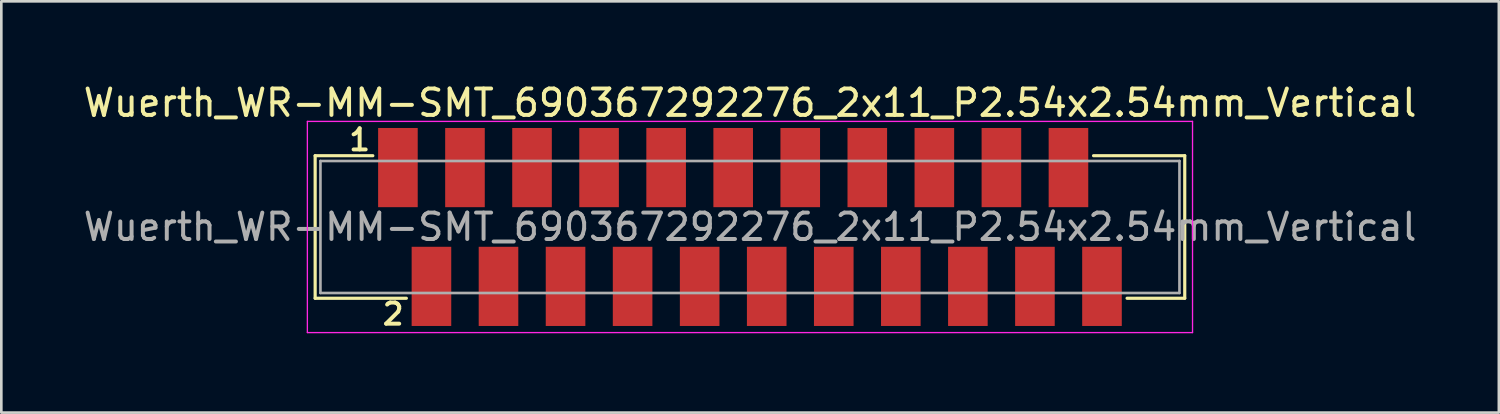
<source format=kicad_pcb>
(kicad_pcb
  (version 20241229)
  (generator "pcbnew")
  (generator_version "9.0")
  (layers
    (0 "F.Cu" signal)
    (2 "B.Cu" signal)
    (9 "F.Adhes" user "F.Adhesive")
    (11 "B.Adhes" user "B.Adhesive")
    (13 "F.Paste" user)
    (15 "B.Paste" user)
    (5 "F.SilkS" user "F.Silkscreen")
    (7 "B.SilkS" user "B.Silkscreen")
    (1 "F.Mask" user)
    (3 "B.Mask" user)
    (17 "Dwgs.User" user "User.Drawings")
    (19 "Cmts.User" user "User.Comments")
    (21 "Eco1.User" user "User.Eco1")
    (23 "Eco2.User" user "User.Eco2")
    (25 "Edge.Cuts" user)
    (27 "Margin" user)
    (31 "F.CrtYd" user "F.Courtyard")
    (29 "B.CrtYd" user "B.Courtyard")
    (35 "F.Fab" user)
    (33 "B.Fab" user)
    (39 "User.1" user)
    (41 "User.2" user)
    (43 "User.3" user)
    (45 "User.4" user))
  (footprint "Wuerth_WR-MM-SMT_690367292276_2x11_P2.54x2.54mm_Vertical"
    (layer "F.Cu")
    (at 12.023 3.298)
    (property "Reference" "Wuerth_WR-MM-SMT_690367292276_2x11_P2.54x2.54mm_Vertical" (at 13.34 -2.45 0) (layer "F.SilkS") (effects (font (size 1 1) (thickness 0.15))))
    (attr through_hole)
    (fp_line (start -3.135 -0.45) (end -3.135 4.95) (stroke (width 0.12) (type solid)) (layer "F.SilkS"))
    (fp_line (start -3.135 4.95) (end 0.32 4.95) (stroke (width 0.12) (type solid)) (layer "F.SilkS"))
    (fp_line (start -0.95 -0.45) (end -3.135 -0.45) (stroke (width 0.12) (type solid)) (layer "F.SilkS"))
    (fp_line (start 27.62 4.95) (end 29.805 4.95) (stroke (width 0.12) (type solid)) (layer "F.SilkS"))
    (fp_line (start 29.805 -0.45) (end 26.35 -0.45) (stroke (width 0.12) (type solid)) (layer "F.SilkS"))
    (fp_line (start 29.805 4.95) (end 29.805 -0.45) (stroke (width 0.12) (type solid)) (layer "F.SilkS"))
    (fp_line (start -3.43 -1.75) (end -3.43 6.25) (stroke (width 0.05) (type solid)) (layer "F.CrtYd"))
    (fp_line (start -3.43 6.25) (end 30.1 6.25) (stroke (width 0.05) (type solid)) (layer "F.CrtYd"))
    (fp_line (start 30.1 -1.75) (end -3.43 -1.75) (stroke (width 0.05) (type solid)) (layer "F.CrtYd"))
    (fp_line (start 30.1 6.25) (end 30.1 -1.75) (stroke (width 0.05) (type solid)) (layer "F.CrtYd"))
    (fp_line (start -2.935 -0.25) (end -2.935 4.75) (stroke (width 0.1) (type solid)) (layer "F.Fab"))
    (fp_line (start -2.935 4.75) (end 29.605 4.75) (stroke (width 0.1) (type solid)) (layer "F.Fab"))
    (fp_line (start 29.605 -0.25) (end -2.935 -0.25) (stroke (width 0.1) (type solid)) (layer "F.Fab"))
    (fp_line (start 29.605 4.75) (end 29.605 -0.25) (stroke (width 0.1) (type solid)) (layer "F.Fab"))
    (fp_text user "1" (at -1.45 -1.05 0) (layer "F.SilkS") (effects (font (size 0.8 0.8) (thickness 0.15))))
    (fp_text user "2" (at -0.18 5.55 0) (layer "F.SilkS") (effects (font (size 0.8 0.8) (thickness 0.15))))
    (fp_text user "${REFERENCE}" (at 13.34 2.25 0) (layer "F.Fab") (effects (font (size 1 1) (thickness 0.15))))
    (pad "1" smd rect (at 0 0) (size 1.5 3) (layers "F.Cu" "F.Mask" "F.Paste"))
    (pad "2" smd rect (at 1.27 4.5) (size 1.5 3) (layers "F.Cu" "F.Mask" "F.Paste"))
    (pad "3" smd rect (at 2.54 0) (size 1.5 3) (layers "F.Cu" "F.Mask" "F.Paste"))
    (pad "4" smd rect (at 3.81 4.5) (size 1.5 3) (layers "F.Cu" "F.Mask" "F.Paste"))
    (pad "5" smd rect (at 5.08 0) (size 1.5 3) (layers "F.Cu" "F.Mask" "F.Paste"))
    (pad "6" smd rect (at 6.35 4.5) (size 1.5 3) (layers "F.Cu" "F.Mask" "F.Paste"))
    (pad "7" smd rect (at 7.62 0) (size 1.5 3) (layers "F.Cu" "F.Mask" "F.Paste"))
    (pad "8" smd rect (at 8.89 4.5) (size 1.5 3) (layers "F.Cu" "F.Mask" "F.Paste"))
    (pad "9" smd rect (at 10.16 0) (size 1.5 3) (layers "F.Cu" "F.Mask" "F.Paste"))
    (pad "10" smd rect (at 11.43 4.5) (size 1.5 3) (layers "F.Cu" "F.Mask" "F.Paste"))
    (pad "11" smd rect (at 12.7 0) (size 1.5 3) (layers "F.Cu" "F.Mask" "F.Paste"))
    (pad "12" smd rect (at 13.97 4.5) (size 1.5 3) (layers "F.Cu" "F.Mask" "F.Paste"))
    (pad "13" smd rect (at 15.24 0) (size 1.5 3) (layers "F.Cu" "F.Mask" "F.Paste"))
    (pad "14" smd rect (at 16.51 4.5) (size 1.5 3) (layers "F.Cu" "F.Mask" "F.Paste"))
    (pad "15" smd rect (at 17.78 0) (size 1.5 3) (layers "F.Cu" "F.Mask" "F.Paste"))
    (pad "16" smd rect (at 19.05 4.5) (size 1.5 3) (layers "F.Cu" "F.Mask" "F.Paste"))
    (pad "17" smd rect (at 20.32 0) (size 1.5 3) (layers "F.Cu" "F.Mask" "F.Paste"))
    (pad "18" smd rect (at 21.59 4.5) (size 1.5 3) (layers "F.Cu" "F.Mask" "F.Paste"))
    (pad "19" smd rect (at 22.86 0) (size 1.5 3) (layers "F.Cu" "F.Mask" "F.Paste"))
    (pad "20" smd rect (at 24.13 4.5) (size 1.5 3) (layers "F.Cu" "F.Mask" "F.Paste"))
    (pad "21" smd rect (at 25.4 0) (size 1.5 3) (layers "F.Cu" "F.Mask" "F.Paste"))
    (pad "22" smd rect (at 26.67 4.5) (size 1.5 3) (layers "F.Cu" "F.Mask" "F.Paste")))
  (gr_rect
    (start -3 -3)
    (end 53.726 12.579)
    (stroke (width 0.1) (type default))
    (fill no)
    (layer "Edge.Cuts")))
</source>
